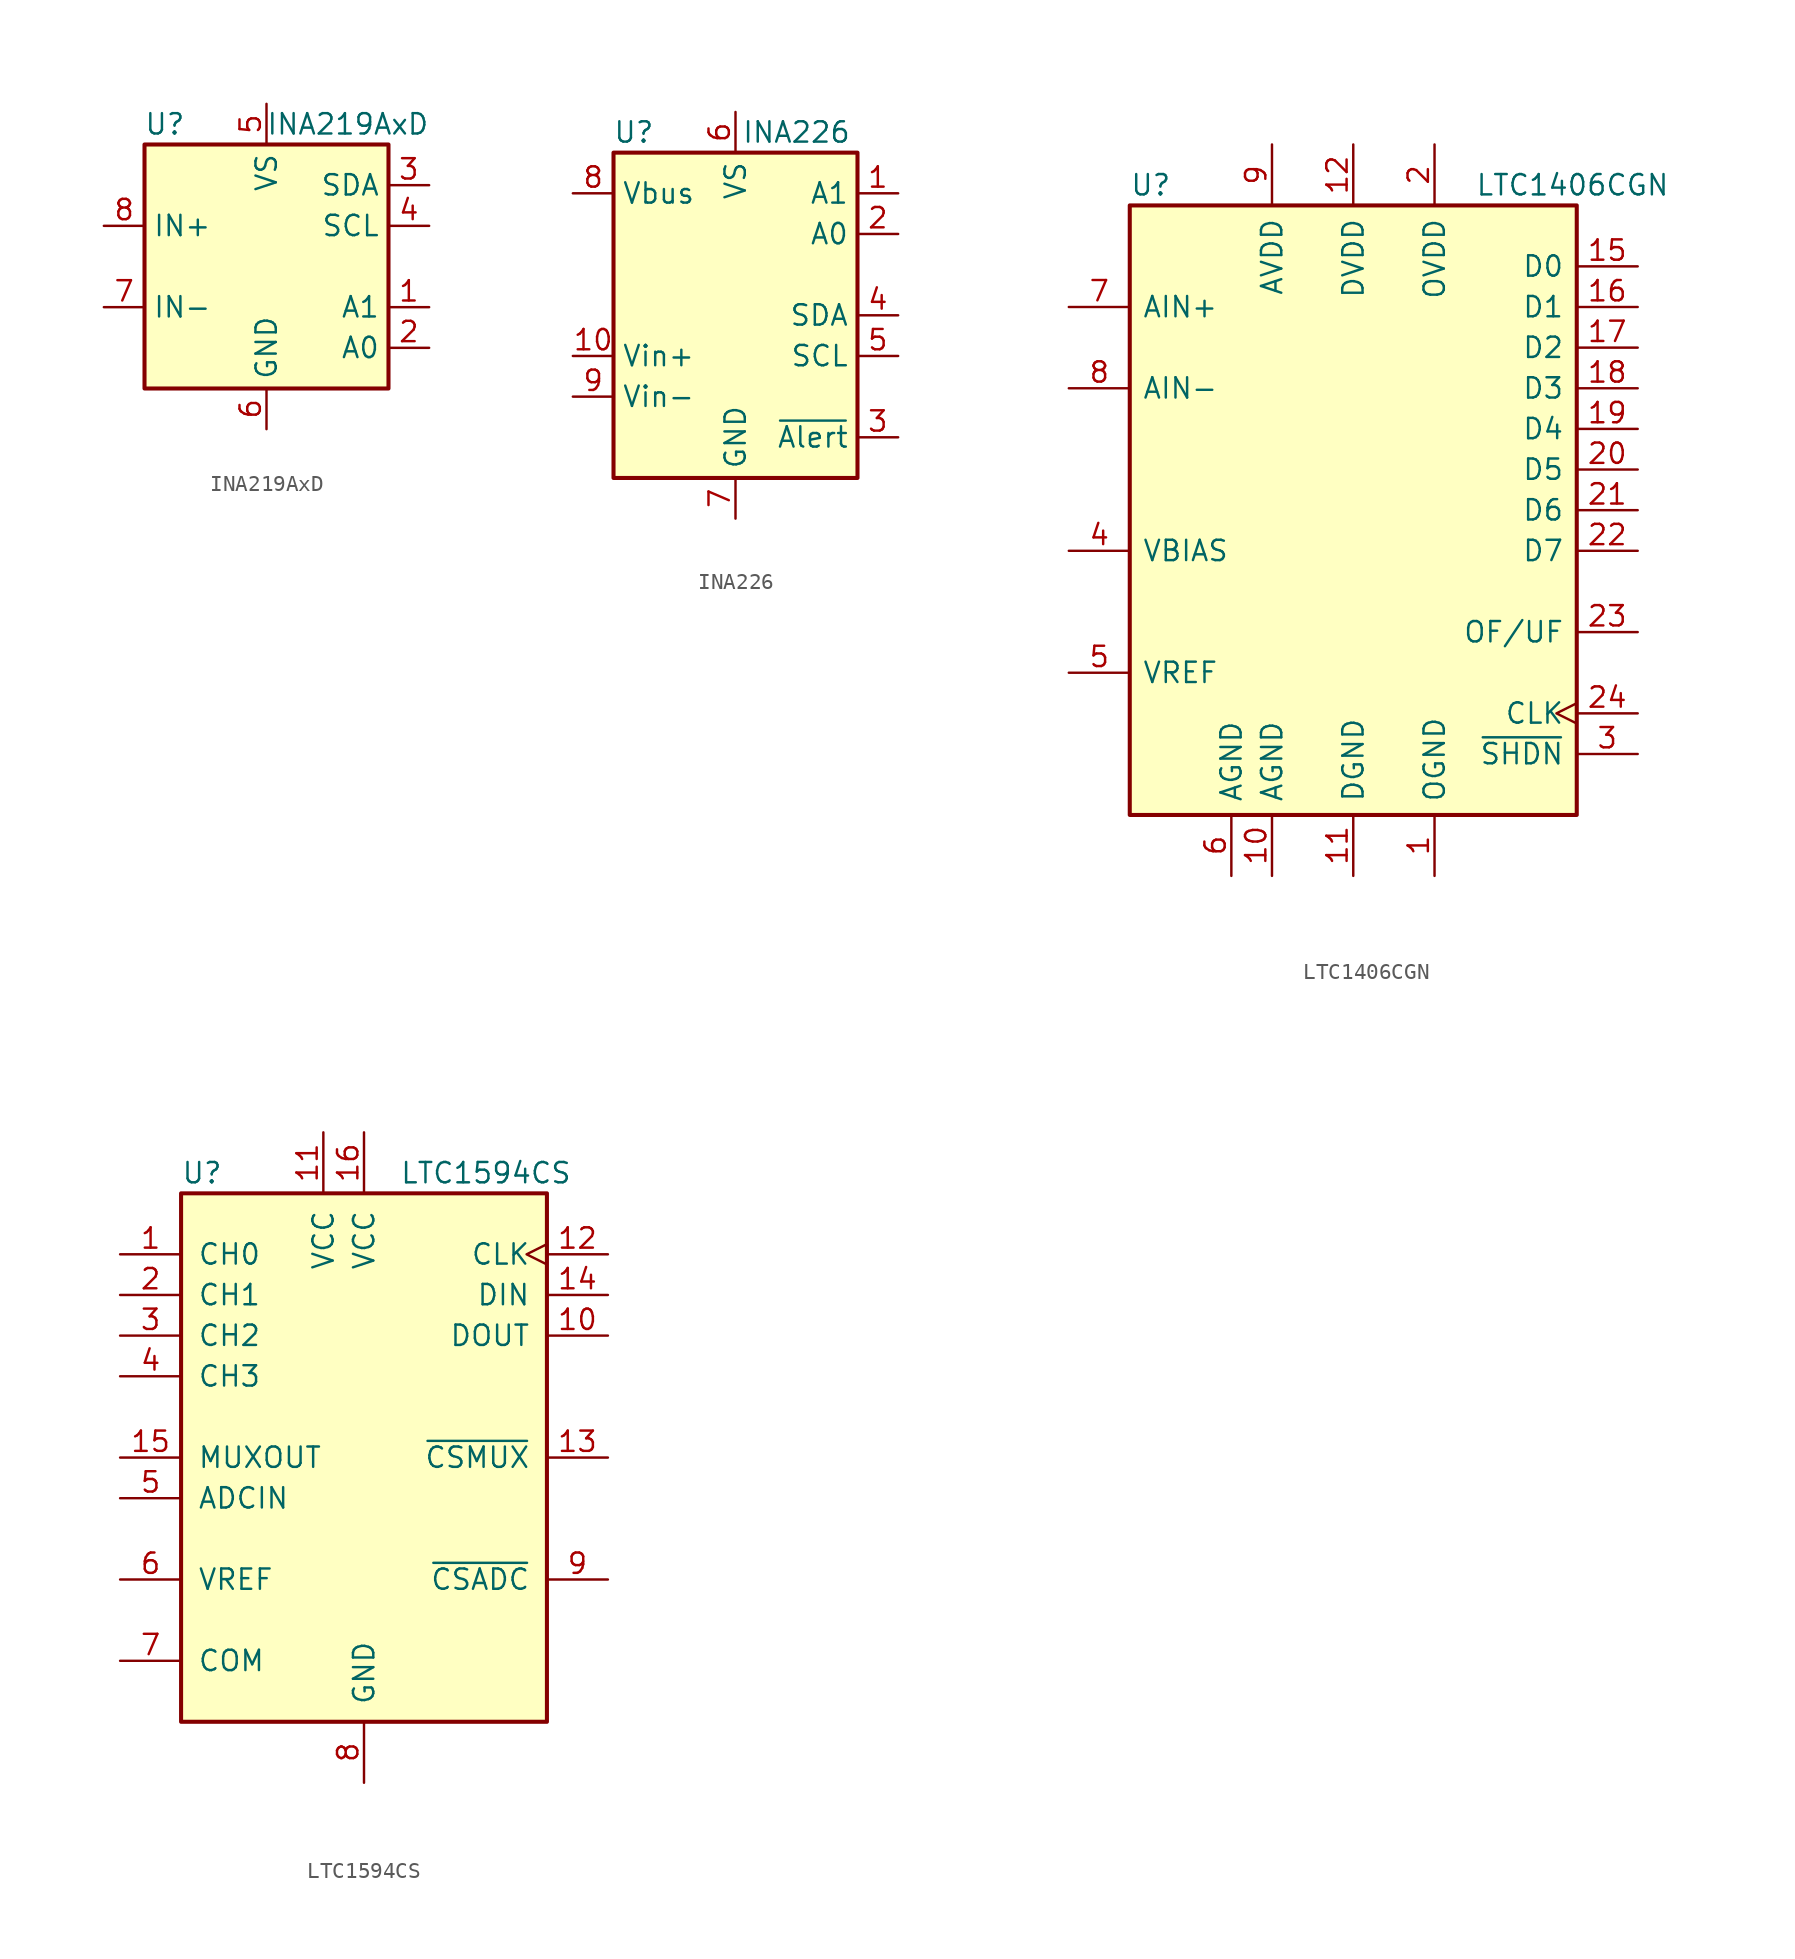
<source format=kicad_sym>
(kicad_symbol_lib
  (version 20201005)
  (generator kicad_symbol_editor)
  (symbol "Analog_ADC:INA219AxD"
    (property "Reference" "U"
      (at -6.35 8.89 0)
      (effects (font (size 1.27 1.27))))
    (property "Value" "INA219AxD"
      (at 5.08 8.89 0)
      (effects (font (size 1.27 1.27))))
    (symbol "INA219AxD_0_1"
      (rectangle (start -7.62 7.62) (end 7.62 -7.62) (stroke (width 0.254)) (fill (type background))))
    (symbol "INA219AxD_1_1"
      (pin input line (at 10.16 -2.54 180) (length 2.54) (name "A1" (effects (font (size 1.27 1.27)))) (number "1" (effects (font (size 1.27 1.27)))))
      (pin input line (at 10.16 -5.08 180) (length 2.54) (name "A0" (effects (font (size 1.27 1.27)))) (number "2" (effects (font (size 1.27 1.27)))))
      (pin bidirectional line (at 10.16 5.08 180) (length 2.54) (name "SDA" (effects (font (size 1.27 1.27)))) (number "3" (effects (font (size 1.27 1.27)))))
      (pin input line (at 10.16 2.54 180) (length 2.54) (name "SCL" (effects (font (size 1.27 1.27)))) (number "4" (effects (font (size 1.27 1.27)))))
      (pin power_in line (at 0 10.16 270) (length 2.54) (name "VS" (effects (font (size 1.27 1.27)))) (number "5" (effects (font (size 1.27 1.27)))))
      (pin power_in line (at 0 -10.16 90) (length 2.54) (name "GND" (effects (font (size 1.27 1.27)))) (number "6" (effects (font (size 1.27 1.27)))))
      (pin input line (at -10.16 -2.54 0) (length 2.54) (name "IN-" (effects (font (size 1.27 1.27)))) (number "7" (effects (font (size 1.27 1.27)))))
      (pin input line (at -10.16 2.54 0) (length 2.54) (name "IN+" (effects (font (size 1.27 1.27)))) (number "8" (effects (font (size 1.27 1.27)))))))
  (symbol "Analog_ADC:INA226"
    (property "Reference" "U"
      (at -6.35 11.43 0)
      (effects (font (size 1.27 1.27))))
    (property "Value" "INA226"
      (at 3.81 11.43 0)
      (effects (font (size 1.27 1.27))))
    (symbol "INA226_0_1"
      (rectangle (start 7.62 10.16) (end -7.62 -10.16) (stroke (width 0.254)) (fill (type background))))
    (symbol "INA226_1_1"
      (pin input line (at 10.16 7.62 180) (length 2.54) (name "A1" (effects (font (size 1.27 1.27)))) (number "1" (effects (font (size 1.27 1.27)))))
      (pin input line (at -10.16 -2.54 0) (length 2.54) (name "Vin+" (effects (font (size 1.27 1.27)))) (number "10" (effects (font (size 1.27 1.27)))))
      (pin input line (at 10.16 5.08 180) (length 2.54) (name "A0" (effects (font (size 1.27 1.27)))) (number "2" (effects (font (size 1.27 1.27)))))
      (pin open_collector line (at 10.16 -7.62 180) (length 2.54) (name "~Alert~" (effects (font (size 1.27 1.27)))) (number "3" (effects (font (size 1.27 1.27)))))
      (pin bidirectional line (at 10.16 0 180) (length 2.54) (name "SDA" (effects (font (size 1.27 1.27)))) (number "4" (effects (font (size 1.27 1.27)))))
      (pin input line (at 10.16 -2.54 180) (length 2.54) (name "SCL" (effects (font (size 1.27 1.27)))) (number "5" (effects (font (size 1.27 1.27)))))
      (pin power_in line (at 0 12.7 270) (length 2.54) (name "VS" (effects (font (size 1.27 1.27)))) (number "6" (effects (font (size 1.27 1.27)))))
      (pin power_in line (at 0 -12.7 90) (length 2.54) (name "GND" (effects (font (size 1.27 1.27)))) (number "7" (effects (font (size 1.27 1.27)))))
      (pin input line (at -10.16 7.62 0) (length 2.54) (name "Vbus" (effects (font (size 1.27 1.27)))) (number "8" (effects (font (size 1.27 1.27)))))
      (pin input line (at -10.16 -5.08 0) (length 2.54) (name "Vin-" (effects (font (size 1.27 1.27)))) (number "9" (effects (font (size 1.27 1.27)))))))
  (symbol "Analog_ADC:LTC1406CGN"
    (pin_names
      (offset 0.762))
    (property "Reference" "U"
      (at -13.97 20.32 0)
      (effects (font (size 1.27 1.27)) (justify left)))
    (property "Value" "LTC1406CGN"
      (at 7.62 20.32 0)
      (effects (font (size 1.27 1.27)) (justify left)))
    (symbol "LTC1406CGN_0_1"
      (rectangle (start -13.97 -19.05) (end 13.97 19.05) (stroke (width 0.254)) (fill (type background))))
    (symbol "LTC1406CGN_1_1"
      (pin power_in line (at 5.08 -22.86 90) (length 3.81) (name "OGND" (effects (font (size 1.27 1.27)))) (number "1" (effects (font (size 1.27 1.27)))))
      (pin power_in line (at -5.08 -22.86 90) (length 3.81) (name "AGND" (effects (font (size 1.27 1.27)))) (number "10" (effects (font (size 1.27 1.27)))))
      (pin power_in line (at 0 -22.86 90) (length 3.81) (name "DGND" (effects (font (size 1.27 1.27)))) (number "11" (effects (font (size 1.27 1.27)))))
      (pin power_in line (at 0 22.86 270) (length 3.81) (name "DVDD" (effects (font (size 1.27 1.27)))) (number "12" (effects (font (size 1.27 1.27)))))
      (pin no_connect line (at 7.62 -22.86 90) (length 3.81) hide (name "NC" (effects (font (size 1.27 1.27)))) (number "13" (effects (font (size 1.27 1.27)))))
      (pin no_connect line (at 10.16 -22.86 90) (length 3.81) hide (name "NC" (effects (font (size 1.27 1.27)))) (number "14" (effects (font (size 1.27 1.27)))))
      (pin output line (at 17.78 15.24 180) (length 3.81) (name "D0" (effects (font (size 1.27 1.27)))) (number "15" (effects (font (size 1.27 1.27)))))
      (pin output line (at 17.78 12.7 180) (length 3.81) (name "D1" (effects (font (size 1.27 1.27)))) (number "16" (effects (font (size 1.27 1.27)))))
      (pin output line (at 17.78 10.16 180) (length 3.81) (name "D2" (effects (font (size 1.27 1.27)))) (number "17" (effects (font (size 1.27 1.27)))))
      (pin output line (at 17.78 7.62 180) (length 3.81) (name "D3" (effects (font (size 1.27 1.27)))) (number "18" (effects (font (size 1.27 1.27)))))
      (pin output line (at 17.78 5.08 180) (length 3.81) (name "D4" (effects (font (size 1.27 1.27)))) (number "19" (effects (font (size 1.27 1.27)))))
      (pin power_in line (at 5.08 22.86 270) (length 3.81) (name "OVDD" (effects (font (size 1.27 1.27)))) (number "2" (effects (font (size 1.27 1.27)))))
      (pin output line (at 17.78 2.54 180) (length 3.81) (name "D5" (effects (font (size 1.27 1.27)))) (number "20" (effects (font (size 1.27 1.27)))))
      (pin output line (at 17.78 0 180) (length 3.81) (name "D6" (effects (font (size 1.27 1.27)))) (number "21" (effects (font (size 1.27 1.27)))))
      (pin output line (at 17.78 -2.54 180) (length 3.81) (name "D7" (effects (font (size 1.27 1.27)))) (number "22" (effects (font (size 1.27 1.27)))))
      (pin output line (at 17.78 -7.62 180) (length 3.81) (name "OF/UF" (effects (font (size 1.27 1.27)))) (number "23" (effects (font (size 1.27 1.27)))))
      (pin input clock (at 17.78 -12.7 180) (length 3.81) (name "CLK" (effects (font (size 1.27 1.27)))) (number "24" (effects (font (size 1.27 1.27)))))
      (pin input line (at 17.78 -15.24 180) (length 3.81) (name "~SHDN~" (effects (font (size 1.27 1.27)))) (number "3" (effects (font (size 1.27 1.27)))))
      (pin input line (at -17.78 -2.54 0) (length 3.81) (name "VBIAS" (effects (font (size 1.27 1.27)))) (number "4" (effects (font (size 1.27 1.27)))))
      (pin input line (at -17.78 -10.16 0) (length 3.81) (name "VREF" (effects (font (size 1.27 1.27)))) (number "5" (effects (font (size 1.27 1.27)))))
      (pin power_in line (at -7.62 -22.86 90) (length 3.81) (name "AGND" (effects (font (size 1.27 1.27)))) (number "6" (effects (font (size 1.27 1.27)))))
      (pin input line (at -17.78 12.7 0) (length 3.81) (name "AIN+" (effects (font (size 1.27 1.27)))) (number "7" (effects (font (size 1.27 1.27)))))
      (pin input line (at -17.78 7.62 0) (length 3.81) (name "AIN-" (effects (font (size 1.27 1.27)))) (number "8" (effects (font (size 1.27 1.27)))))
      (pin power_in line (at -5.08 22.86 270) (length 3.81) (name "AVDD" (effects (font (size 1.27 1.27)))) (number "9" (effects (font (size 1.27 1.27)))))))
  (symbol "Analog_ADC:LTC1594CS"
    (pin_names
      (offset 1.016))
    (property "Reference" "U"
      (at -11.43 17.78 0)
      (effects (font (size 1.27 1.27)) (justify left)))
    (property "Value" "LTC1594CS"
      (at 7.62 17.78 0)
      (effects (font (size 1.27 1.27))))
    (symbol "LTC1594CS_0_1"
      (rectangle (start -11.43 16.51) (end 11.43 -16.51) (stroke (width 0.254)) (fill (type background))))
    (symbol "LTC1594CS_1_1"
      (pin input line (at -15.24 12.7 0) (length 3.81) (name "CH0" (effects (font (size 1.27 1.27)))) (number "1" (effects (font (size 1.27 1.27)))))
      (pin output line (at 15.24 7.62 180) (length 3.81) (name "DOUT" (effects (font (size 1.27 1.27)))) (number "10" (effects (font (size 1.27 1.27)))))
      (pin power_in line (at -2.54 20.32 270) (length 3.81) (name "VCC" (effects (font (size 1.27 1.27)))) (number "11" (effects (font (size 1.27 1.27)))))
      (pin input clock (at 15.24 12.7 180) (length 3.81) (name "CLK" (effects (font (size 1.27 1.27)))) (number "12" (effects (font (size 1.27 1.27)))))
      (pin input line (at 15.24 0 180) (length 3.81) (name "~CSMUX~" (effects (font (size 1.27 1.27)))) (number "13" (effects (font (size 1.27 1.27)))))
      (pin input line (at 15.24 10.16 180) (length 3.81) (name "DIN" (effects (font (size 1.27 1.27)))) (number "14" (effects (font (size 1.27 1.27)))))
      (pin output line (at -15.24 0 0) (length 3.81) (name "MUXOUT" (effects (font (size 1.27 1.27)))) (number "15" (effects (font (size 1.27 1.27)))))
      (pin power_in line (at 0 20.32 270) (length 3.81) (name "VCC" (effects (font (size 1.27 1.27)))) (number "16" (effects (font (size 1.27 1.27)))))
      (pin input line (at -15.24 10.16 0) (length 3.81) (name "CH1" (effects (font (size 1.27 1.27)))) (number "2" (effects (font (size 1.27 1.27)))))
      (pin input line (at -15.24 7.62 0) (length 3.81) (name "CH2" (effects (font (size 1.27 1.27)))) (number "3" (effects (font (size 1.27 1.27)))))
      (pin input line (at -15.24 5.08 0) (length 3.81) (name "CH3" (effects (font (size 1.27 1.27)))) (number "4" (effects (font (size 1.27 1.27)))))
      (pin input line (at -15.24 -2.54 0) (length 3.81) (name "ADCIN" (effects (font (size 1.27 1.27)))) (number "5" (effects (font (size 1.27 1.27)))))
      (pin input line (at -15.24 -7.62 0) (length 3.81) (name "VREF" (effects (font (size 1.27 1.27)))) (number "6" (effects (font (size 1.27 1.27)))))
      (pin input line (at -15.24 -12.7 0) (length 3.81) (name "COM" (effects (font (size 1.27 1.27)))) (number "7" (effects (font (size 1.27 1.27)))))
      (pin power_in line (at 0 -20.32 90) (length 3.81) (name "GND" (effects (font (size 1.27 1.27)))) (number "8" (effects (font (size 1.27 1.27)))))
      (pin input line (at 15.24 -7.62 180) (length 3.81) (name "~CSADC~" (effects (font (size 1.27 1.27)))) (number "9" (effects (font (size 1.27 1.27))))))))
</source>
